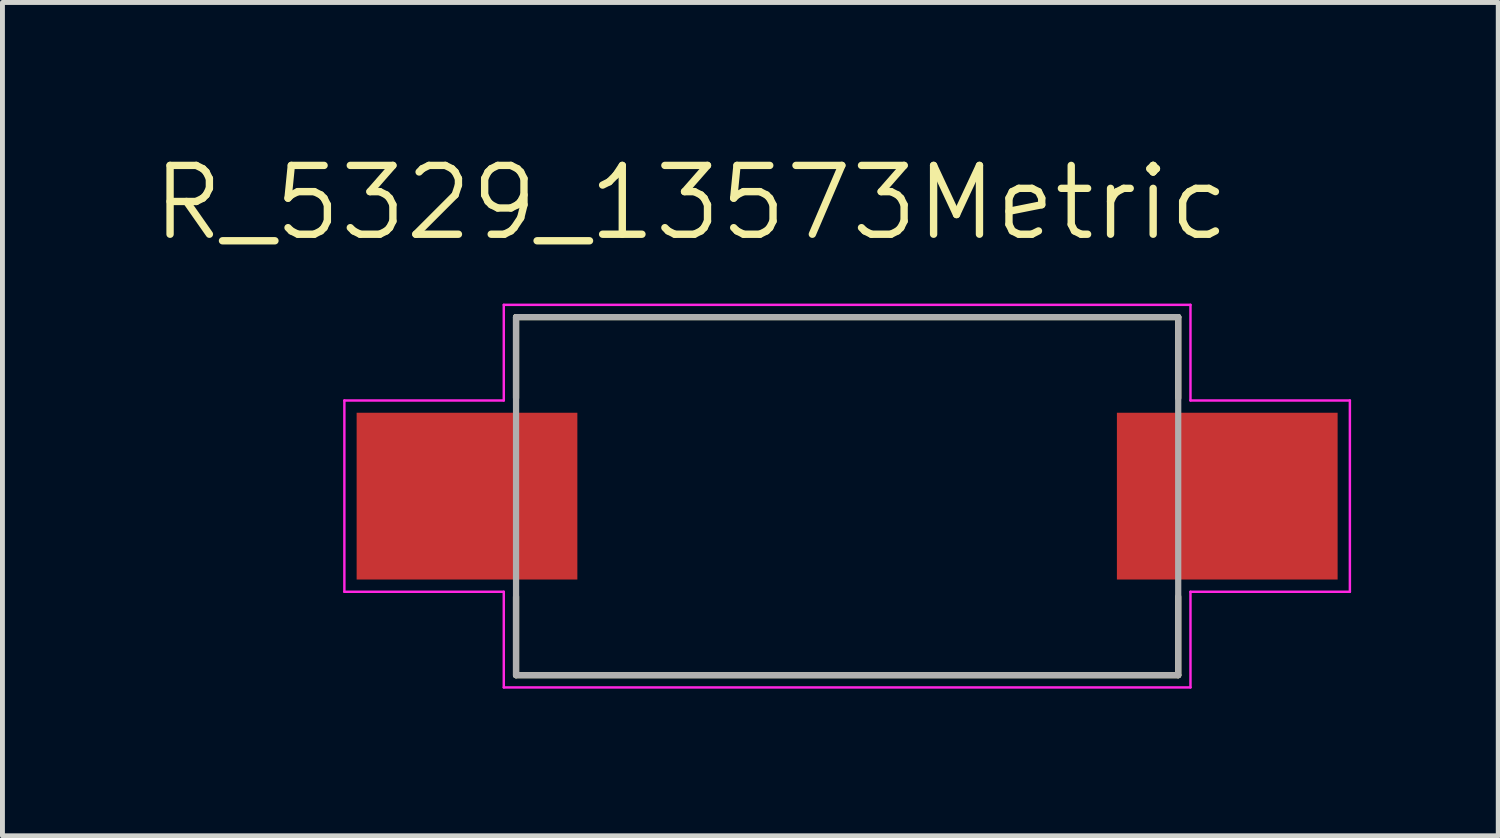
<source format=kicad_pcb>
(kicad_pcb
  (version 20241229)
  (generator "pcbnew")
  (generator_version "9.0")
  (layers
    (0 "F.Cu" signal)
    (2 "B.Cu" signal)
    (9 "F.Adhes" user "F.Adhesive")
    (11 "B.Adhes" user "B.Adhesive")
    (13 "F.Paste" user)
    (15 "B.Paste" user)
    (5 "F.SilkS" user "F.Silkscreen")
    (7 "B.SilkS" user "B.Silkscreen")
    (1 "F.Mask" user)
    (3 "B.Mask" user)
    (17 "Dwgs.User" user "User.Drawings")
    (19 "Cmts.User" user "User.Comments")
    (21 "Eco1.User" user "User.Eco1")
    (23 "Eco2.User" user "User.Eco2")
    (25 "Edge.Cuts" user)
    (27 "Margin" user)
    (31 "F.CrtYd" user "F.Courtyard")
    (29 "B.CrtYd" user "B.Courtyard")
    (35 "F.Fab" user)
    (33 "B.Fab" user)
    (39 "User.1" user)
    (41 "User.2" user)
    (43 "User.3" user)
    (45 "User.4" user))
  (footprint "R_5329_13573Metric"
    (layer "F.Cu")
    (at 14.221 7.065)
    (property "Reference" "R_5329_13573Metric" (at -3.181 -5.981 0) (layer "F.SilkS") (effects (font (size 1.403 1.403) (thickness 0.15))))
    (attr smd)
    (fp_line (start -6.75 -3.65) (end 6.75 -3.65) (stroke (width 0.127) (type solid)) (layer "F.SilkS"))
    (fp_line (start -6.75 -2) (end -6.75 -3.65) (stroke (width 0.127) (type solid)) (layer "F.SilkS"))
    (fp_line (start -6.75 3.65) (end -6.75 2.05) (stroke (width 0.127) (type solid)) (layer "F.SilkS"))
    (fp_line (start 6.75 -3.65) (end 6.75 -2) (stroke (width 0.127) (type solid)) (layer "F.SilkS"))
    (fp_line (start 6.75 2.05) (end 6.75 3.65) (stroke (width 0.127) (type solid)) (layer "F.SilkS"))
    (fp_line (start 6.75 3.65) (end -6.75 3.65) (stroke (width 0.127) (type solid)) (layer "F.SilkS"))
    (fp_line (start -10.25 -1.95) (end -7 -1.95) (stroke (width 0.05) (type solid)) (layer "F.CrtYd"))
    (fp_line (start -10.25 1.95) (end -10.25 -1.95) (stroke (width 0.05) (type solid)) (layer "F.CrtYd"))
    (fp_line (start -7 -3.9) (end 7 -3.9) (stroke (width 0.05) (type solid)) (layer "F.CrtYd"))
    (fp_line (start -7 -1.95) (end -7 -3.9) (stroke (width 0.05) (type solid)) (layer "F.CrtYd"))
    (fp_line (start -7 1.95) (end -10.25 1.95) (stroke (width 0.05) (type solid)) (layer "F.CrtYd"))
    (fp_line (start -7 3.9) (end -7 1.95) (stroke (width 0.05) (type solid)) (layer "F.CrtYd"))
    (fp_line (start 7 -3.9) (end 7 -1.95) (stroke (width 0.05) (type solid)) (layer "F.CrtYd"))
    (fp_line (start 7 -1.95) (end 10.25 -1.95) (stroke (width 0.05) (type solid)) (layer "F.CrtYd"))
    (fp_line (start 7 1.95) (end 7 3.9) (stroke (width 0.05) (type solid)) (layer "F.CrtYd"))
    (fp_line (start 7 3.9) (end -7 3.9) (stroke (width 0.05) (type solid)) (layer "F.CrtYd"))
    (fp_line (start 10.25 -1.95) (end 10.25 1.95) (stroke (width 0.05) (type solid)) (layer "F.CrtYd"))
    (fp_line (start 10.25 1.95) (end 7 1.95) (stroke (width 0.05) (type solid)) (layer "F.CrtYd"))
    (fp_line (start -6.75 -3.65) (end 6.75 -3.65) (stroke (width 0.127) (type solid)) (layer "F.Fab"))
    (fp_line (start -6.75 3.65) (end -6.75 -3.65) (stroke (width 0.127) (type solid)) (layer "F.Fab"))
    (fp_line (start 6.75 -3.65) (end 6.75 3.65) (stroke (width 0.127) (type solid)) (layer "F.Fab"))
    (fp_line (start 6.75 3.65) (end -6.75 3.65) (stroke (width 0.127) (type solid)) (layer "F.Fab"))
    (pad "1" smd rect (at -7.75 0) (size 4.5 3.4) (layers "F.Cu" "F.Mask" "F.Paste"))
    (pad "2" smd rect (at 7.75 0) (size 4.5 3.4) (layers "F.Cu" "F.Mask" "F.Paste")))
  (gr_rect
    (start -3 -3)
    (end 27.496 13.99)
    (stroke (width 0.1) (type default))
    (fill no)
    (layer "Edge.Cuts")))
</source>
